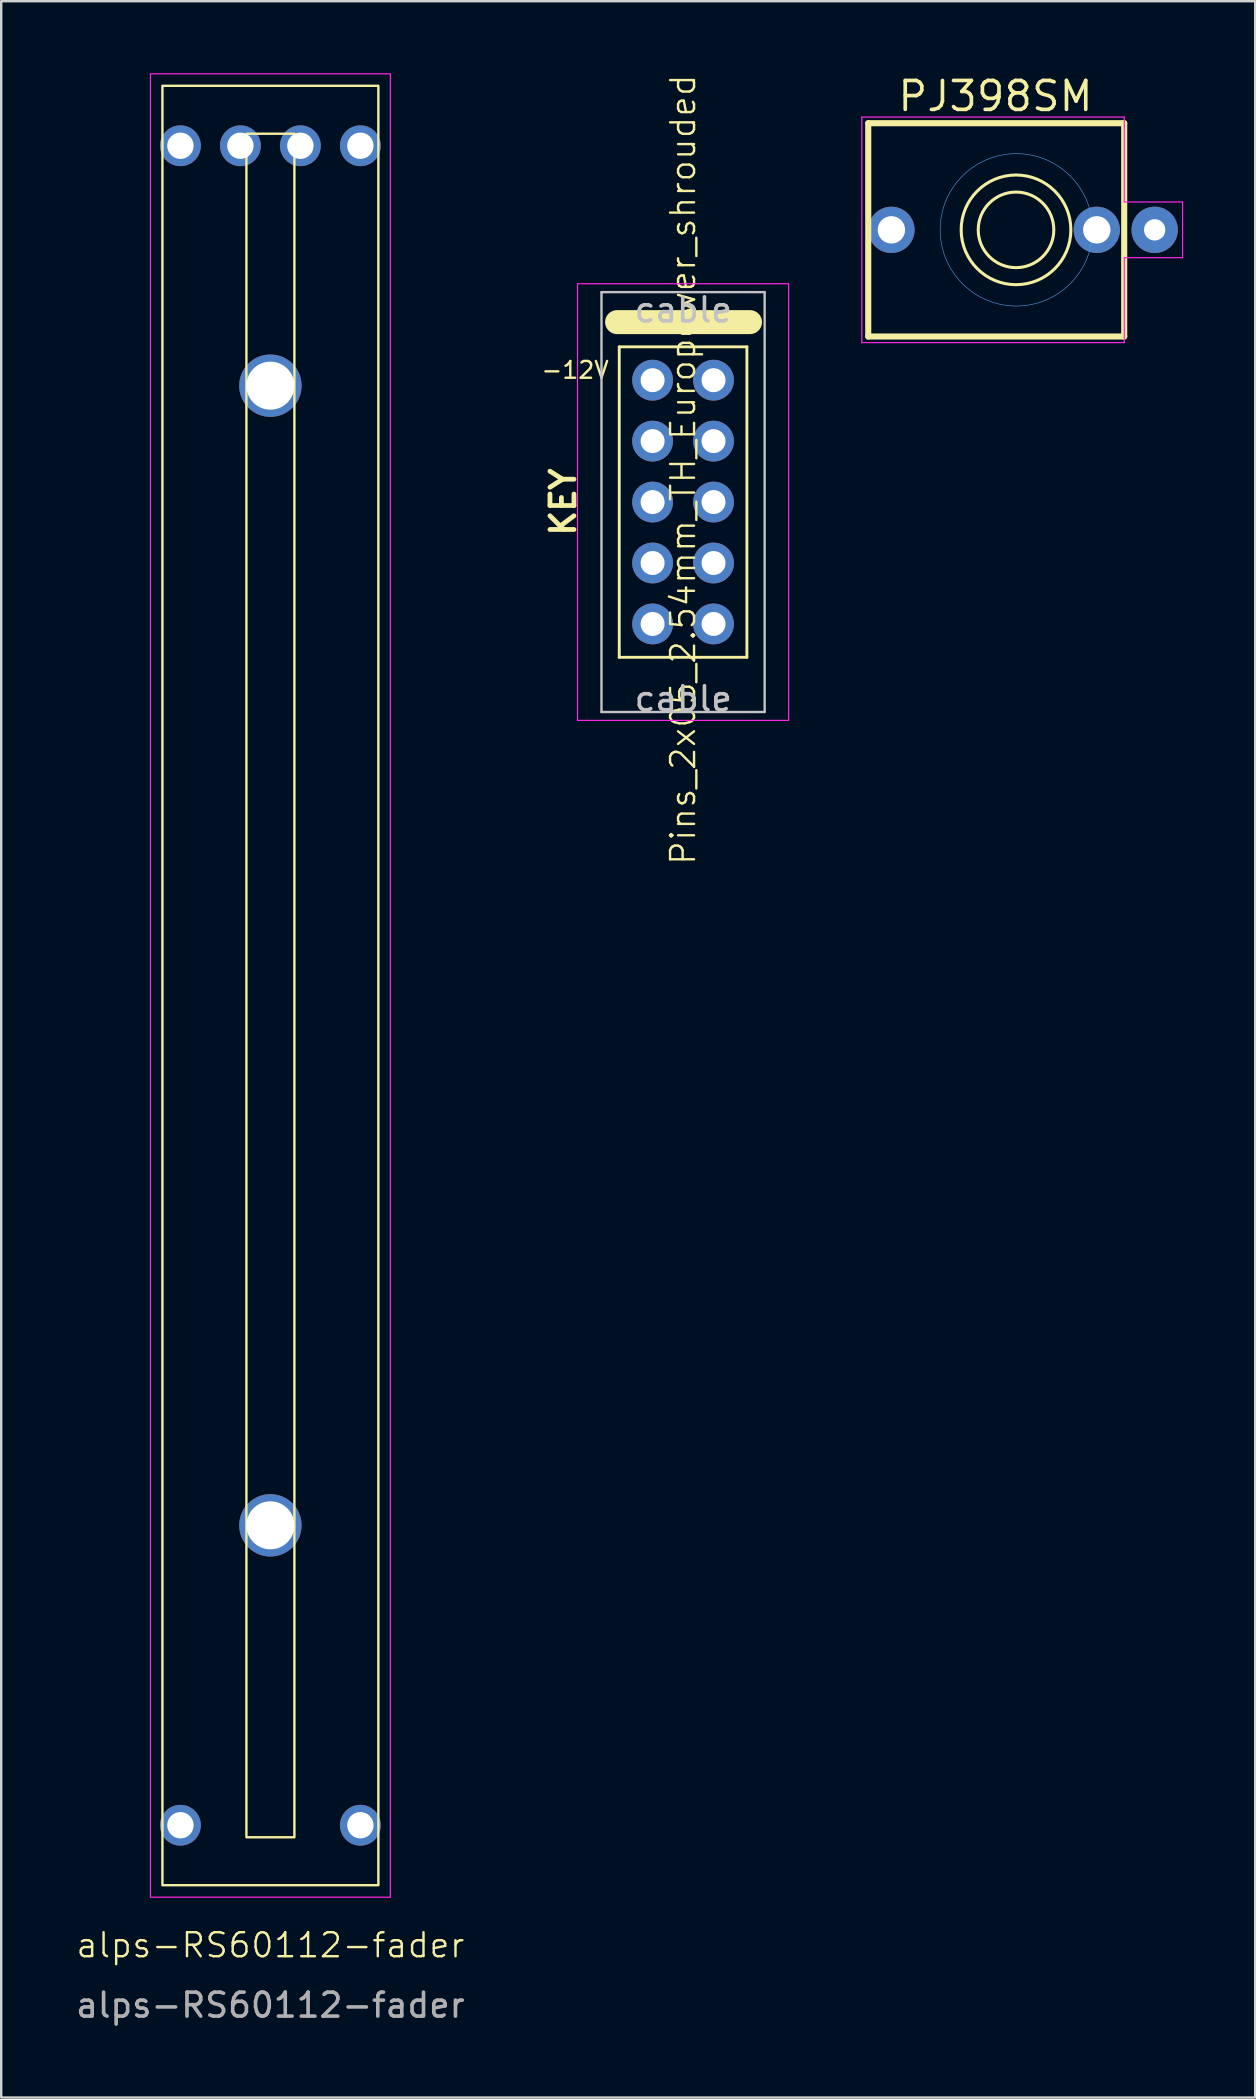
<source format=kicad_pcb>
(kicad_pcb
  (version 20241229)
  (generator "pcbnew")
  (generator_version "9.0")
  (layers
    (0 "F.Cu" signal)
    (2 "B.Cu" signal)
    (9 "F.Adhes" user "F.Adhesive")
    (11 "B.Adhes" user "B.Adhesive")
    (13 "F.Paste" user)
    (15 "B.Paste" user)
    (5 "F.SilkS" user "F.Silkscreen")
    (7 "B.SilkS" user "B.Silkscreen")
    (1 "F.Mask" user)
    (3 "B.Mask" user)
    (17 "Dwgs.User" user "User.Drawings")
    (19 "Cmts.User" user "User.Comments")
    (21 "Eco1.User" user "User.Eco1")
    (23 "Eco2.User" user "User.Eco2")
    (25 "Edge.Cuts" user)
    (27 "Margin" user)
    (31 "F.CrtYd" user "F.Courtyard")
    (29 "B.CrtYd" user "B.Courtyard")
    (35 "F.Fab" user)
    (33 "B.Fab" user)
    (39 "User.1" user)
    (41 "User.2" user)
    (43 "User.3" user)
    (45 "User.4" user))
  (footprint "PJ398SM"
    (layer "F.Cu")
    (at 39.31 6.53)
    (property "Reference" "PJ398SM" (at -5.017 -4.866 0) (layer "F.SilkS") (effects (font (size 1.206 1.206) (thickness 0.152)) (justify left bottom)))
    (attr through_hole)
    (fp_line (start -6.172 -4.445) (end -6.172 4.445) (stroke (width 0.254) (type solid)) (layer "F.SilkS"))
    (fp_line (start -6.172 4.445) (end 4.496 4.445) (stroke (width 0.254) (type solid)) (layer "F.SilkS"))
    (fp_line (start 4.496 -4.445) (end -6.172 -4.445) (stroke (width 0.254) (type solid)) (layer "F.SilkS"))
    (fp_line (start 4.496 4.445) (end 4.496 -4.445) (stroke (width 0.254) (type solid)) (layer "F.SilkS"))
    (fp_circle (center -0.013 0) (end 1.562 0) (stroke (width 0.127) (type solid)) (fill no) (layer "F.SilkS"))
    (fp_circle (center -0.013 0) (end 2.273 0) (stroke (width 0.127) (type solid)) (fill no) (layer "F.SilkS"))
    (fp_circle (center 0 0) (end 3.175 0) (stroke (width 0.025) (type solid)) (fill no) (layer "Cmts.User"))
    (fp_line (start -6.44 -4.7) (end -6.44 4.7) (stroke (width 0.05) (type solid)) (layer "F.CrtYd"))
    (fp_line (start -6.44 -4.7) (end 4.5 -4.7) (stroke (width 0.05) (type solid)) (layer "F.CrtYd"))
    (fp_line (start -6.44 4.7) (end 4.5 4.7) (stroke (width 0.05) (type solid)) (layer "F.CrtYd"))
    (fp_line (start 4.5 -4.7) (end 4.5 -1.16) (stroke (width 0.05) (type solid)) (layer "F.CrtYd"))
    (fp_line (start 4.5 -1.16) (end 6.93 -1.16) (stroke (width 0.05) (type solid)) (layer "F.CrtYd"))
    (fp_line (start 4.5 1.16) (end 4.5 4.7) (stroke (width 0.05) (type solid)) (layer "F.CrtYd"))
    (fp_line (start 6.93 -1.16) (end 6.93 1.16) (stroke (width 0.05) (type solid)) (layer "F.CrtYd"))
    (fp_line (start 6.93 1.16) (end 4.5 1.16) (stroke (width 0.05) (type solid)) (layer "F.CrtYd"))
    (pad "S" thru_hole circle (at 5.766 0) (size 1.93 1.93) (drill 0.889) (layers "*.Cu" "*.Mask"))
    (pad "T" thru_hole circle (at -5.207 0) (size 1.93 1.93) (drill 1.143) (layers "*.Cu" "*.Mask"))
    (pad "TN" thru_hole circle (at 3.353 0) (size 1.93 1.93) (drill 1.143) (layers "*.Cu" "*.Mask")))
  (footprint "Pins_2x05_2.54mm_TH_Europower_shrouded"
    (layer "F.Cu")
    (at 25.42 17.876)
    (property "Reference" "Pins_2x05_2.54mm_TH_Europower_shrouded" (at 0 -1.35 270) (layer "F.SilkS") (effects (font (size 1 1) (thickness 0.1))))
    (attr through_hole)
    (fp_line (start -2.75 -7.5) (end 2.79 -7.5) (stroke (width 1) (type solid)) (layer "F.SilkS"))
    (fp_line (start -2.66 -6.47) (end -2.66 6.47) (stroke (width 0.12) (type solid)) (layer "F.SilkS"))
    (fp_line (start -2.66 6.47) (end 2.66 6.47) (stroke (width 0.12) (type solid)) (layer "F.SilkS"))
    (fp_line (start 2.66 -6.47) (end -2.66 -6.47) (stroke (width 0.12) (type solid)) (layer "F.SilkS"))
    (fp_line (start 2.66 6.47) (end 2.66 -6.47) (stroke (width 0.12) (type solid)) (layer "F.SilkS"))
    (fp_line (start -3.4 -8.75) (end 3.4 -8.75) (stroke (width 0.1) (type solid)) (layer "Dwgs.User"))
    (fp_line (start -3.4 8.75) (end -3.4 -8.75) (stroke (width 0.1) (type solid)) (layer "Dwgs.User"))
    (fp_line (start -3.4 8.75) (end 3.4 8.75) (stroke (width 0.1) (type solid)) (layer "Dwgs.User"))
    (fp_line (start 3.4 8.75) (end 3.4 -8.75) (stroke (width 0.1) (type solid)) (layer "Dwgs.User"))
    (fp_rect (start -4.4 -9.1) (end 4.4 9.1) (stroke (width 0.05) (type default)) (fill no) (layer "F.CrtYd"))
    (fp_text user "-12V" (at -4.5 -5.5 0) (layer "F.SilkS") (effects (font (size 0.7 0.7) (thickness 0.1))))
    (fp_text user "KEY" (at -5 0 90) (unlocked yes) (layer "F.SilkS") (effects (font (size 1 1) (thickness 0.2) (bold yes))))
    (fp_text user "cable" (at 0.01 8.2 0) (layer "Dwgs.User") (effects (font (size 1 1) (thickness 0.15))))
    (fp_text user "cable" (at 0.01 -8.01 0) (layer "Dwgs.User") (effects (font (size 1 1) (thickness 0.15))))
    (pad "1" thru_hole oval (at -1.27 -5.08) (size 1.7 1.7) (drill 1) (layers "*.Cu" "*.Mask"))
    (pad "2" thru_hole oval (at 1.27 -5.08) (size 1.7 1.7) (drill 1) (layers "*.Cu" "*.Mask"))
    (pad "3" thru_hole oval (at -1.27 -2.54) (size 1.7 1.7) (drill 1) (layers "*.Cu" "*.Mask"))
    (pad "4" thru_hole oval (at 1.27 -2.54) (size 1.7 1.7) (drill 1) (layers "*.Cu" "*.Mask"))
    (pad "5" thru_hole oval (at -1.27 0) (size 1.7 1.7) (drill 1) (layers "*.Cu" "*.Mask"))
    (pad "6" thru_hole oval (at 1.27 0) (size 1.7 1.7) (drill 1) (layers "*.Cu" "*.Mask"))
    (pad "7" thru_hole oval (at -1.27 2.54) (size 1.7 1.7) (drill 1) (layers "*.Cu" "*.Mask"))
    (pad "8" thru_hole oval (at 1.27 2.54) (size 1.7 1.7) (drill 1) (layers "*.Cu" "*.Mask"))
    (pad "9" thru_hole oval (at -1.27 5.08) (size 1.7 1.7) (drill 1) (layers "*.Cu" "*.Mask"))
    (pad "10" thru_hole oval (at 1.27 5.08) (size 1.7 1.7) (drill 1) (layers "*.Cu" "*.Mask")))
  (footprint "alps-RS60112-fader"
    (layer "F.Cu")
    (at 8.22 38.025)
    (property "Reference" "alps-RS60112-fader" (at 0 40 0) (unlocked yes) (layer "F.SilkS") (effects (font (size 1 1) (thickness 0.1))))
    (attr through_hole)
    (fp_rect (start -4.5 -37.5) (end 4.5 37.5) (stroke (width 0.1) (type default)) (fill no) (layer "F.SilkS"))
    (fp_rect (start -1 -35.5) (end 1 35.5) (stroke (width 0.1) (type default)) (fill no) (layer "F.SilkS"))
    (fp_rect (start -5 -38) (end 5 38) (stroke (width 0.05) (type default)) (fill no) (layer "F.CrtYd"))
    (fp_text user "${REFERENCE}" (at 0 42.5 0) (unlocked yes) (layer "F.Fab") (effects (font (size 1 1) (thickness 0.15))))
    (pad "0" thru_hole circle (at 0 -25) (size 2.6 2.6) (drill 2) (layers "*.Cu" "*.Mask"))
    (pad "0" thru_hole circle (at 0 22.5) (size 2.6 2.6) (drill 2) (layers "*.Cu" "*.Mask"))
    (pad "1" thru_hole circle (at -3.75 -35) (size 1.7 1.7) (drill 1.1) (layers "*.Cu" "*.Mask"))
    (pad "2" thru_hole circle (at -1.25 -35) (size 1.7 1.7) (drill 1.1) (layers "*.Cu" "*.Mask"))
    (pad "3" thru_hole circle (at -3.75 35) (size 1.7 1.7) (drill 1.1) (layers "*.Cu" "*.Mask"))
    (pad "4" thru_hole circle (at 1.25 -35) (size 1.7 1.7) (drill 1.1) (layers "*.Cu" "*.Mask"))
    (pad "5" thru_hole circle (at 3.75 -35) (size 1.7 1.7) (drill 1.1) (layers "*.Cu" "*.Mask"))
    (pad "6" thru_hole circle (at 3.75 35) (size 1.7 1.7) (drill 1.1) (layers "*.Cu" "*.Mask")))
  (gr_rect
    (start -3 -3)
    (end 49.265 84.373)
    (stroke (width 0.1) (type default))
    (fill no)
    (layer "Edge.Cuts")))
</source>
